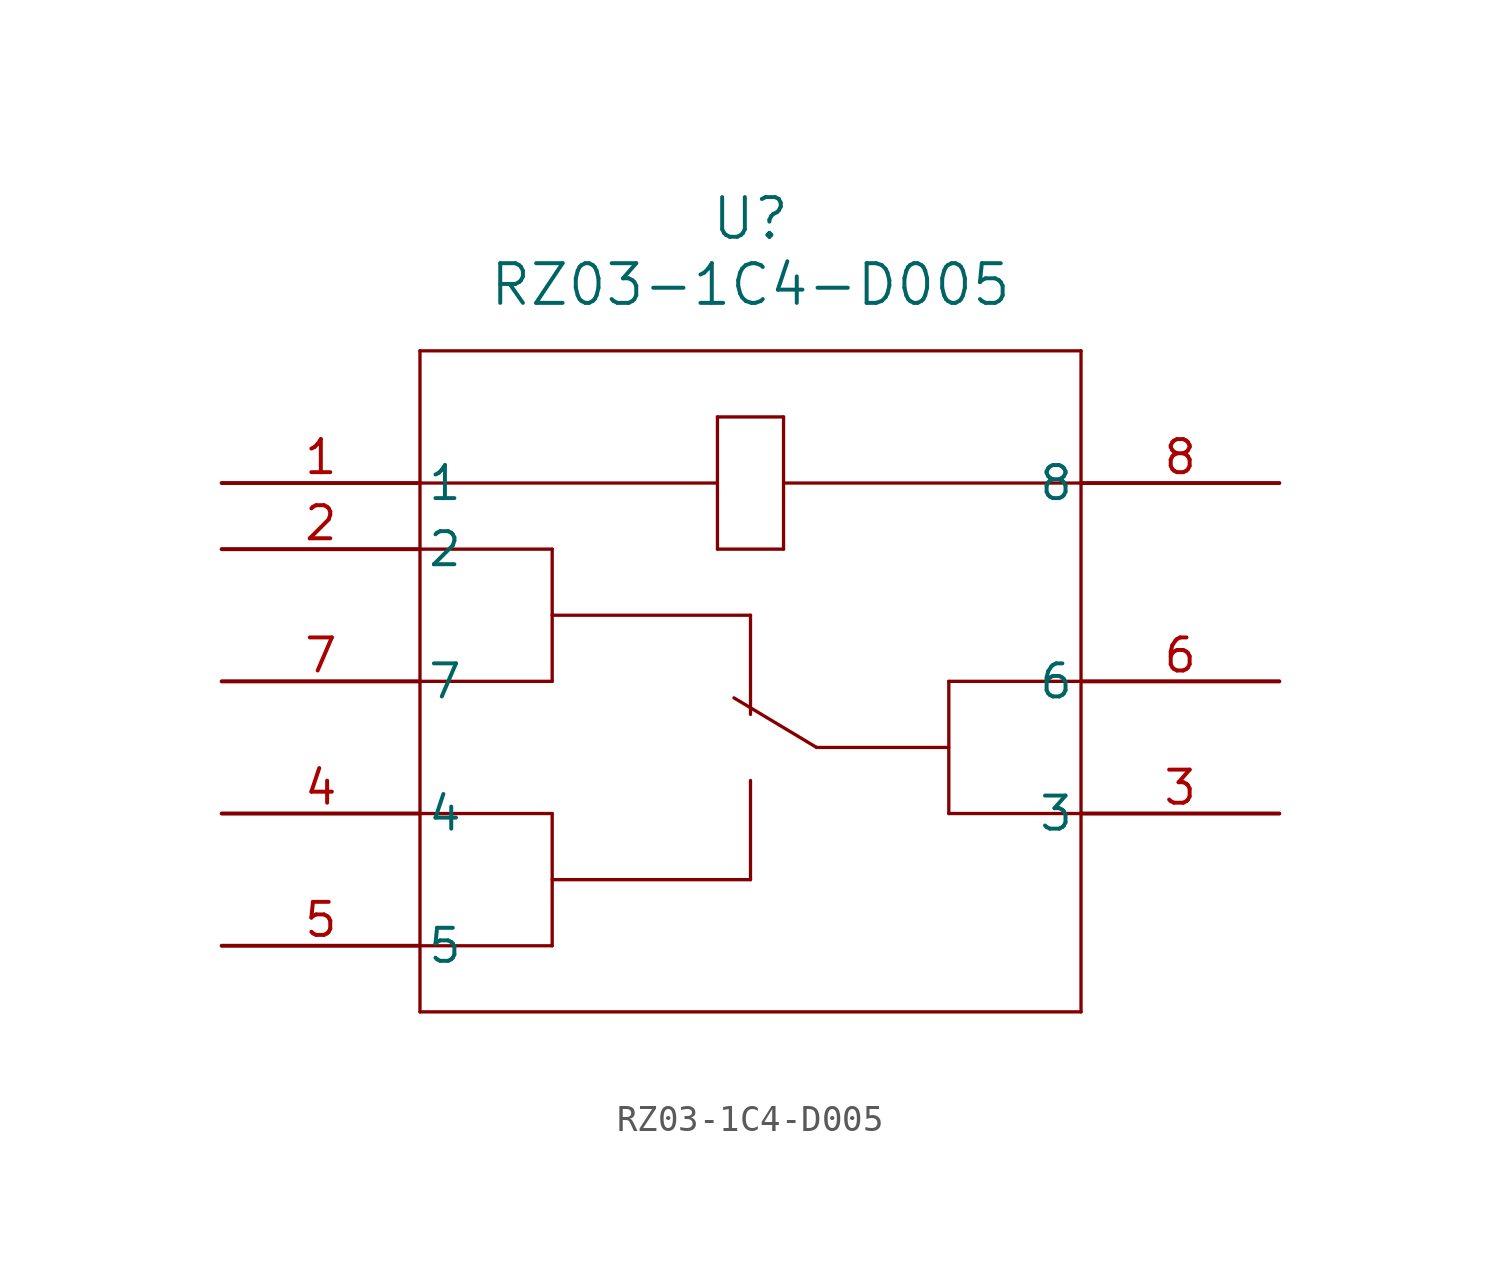
<source format=kicad_sym>
(kicad_symbol_lib
  (version 20211014)
  (generator kicad_symbol_editor)
  (symbol "RZ03-1C4-D005"
    (pin_names
      (offset 0.254))
    (property "Reference" "U"
      (at 20.32 10.16 0)
      (effects (font (size 1.524 1.524))))
    (property "Value" "RZ03-1C4-D005"
      (at 20.32 7.62 0)
      (effects (font (size 1.524 1.524))))
    (symbol "RZ03-1C4-D005_0_1"
      (polyline (pts (xy 7.62 5.08) (xy 7.62 -20.32)) (stroke (width 0.127) (type default) (color 0 0 0 0)) (fill (type none)))
      (polyline (pts (xy 7.62 -20.32) (xy 33.02 -20.32)) (stroke (width 0.127) (type default) (color 0 0 0 0)) (fill (type none)))
      (polyline (pts (xy 33.02 -20.32) (xy 33.02 5.08)) (stroke (width 0.127) (type default) (color 0 0 0 0)) (fill (type none)))
      (polyline (pts (xy 33.02 5.08) (xy 7.62 5.08)) (stroke (width 0.127) (type default) (color 0 0 0 0)) (fill (type none)))
      (polyline (pts (xy 33.02 -7.62) (xy 27.94 -7.62)) (stroke (width 0.127) (type default) (color 0 0 0 0)) (fill (type none)))
      (polyline (pts (xy 27.94 -7.62) (xy 27.94 -12.7)) (stroke (width 0.127) (type default) (color 0 0 0 0)) (fill (type none)))
      (polyline (pts (xy 27.94 -12.7) (xy 33.02 -12.7)) (stroke (width 0.127) (type default) (color 0 0 0 0)) (fill (type none)))
      (polyline (pts (xy 7.62 -12.7) (xy 12.7 -12.7)) (stroke (width 0.127) (type default) (color 0 0 0 0)) (fill (type none)))
      (polyline (pts (xy 7.62 -17.78) (xy 12.7 -17.78)) (stroke (width 0.127) (type default) (color 0 0 0 0)) (fill (type none)))
      (polyline (pts (xy 12.7 -12.7) (xy 12.7 -17.78)) (stroke (width 0.127) (type default) (color 0 0 0 0)) (fill (type none)))
      (polyline (pts (xy 7.62 -2.54) (xy 12.7 -2.54)) (stroke (width 0.127) (type default) (color 0 0 0 0)) (fill (type none)))
      (polyline (pts (xy 7.62 -7.62) (xy 12.7 -7.62)) (stroke (width 0.127) (type default) (color 0 0 0 0)) (fill (type none)))
      (polyline (pts (xy 12.7 -2.54) (xy 12.7 -7.62)) (stroke (width 0.127) (type default) (color 0 0 0 0)) (fill (type none)))
      (polyline (pts (xy 12.7 -5.08) (xy 20.32 -5.08)) (stroke (width 0.127) (type default) (color 0 0 0 0)) (fill (type none)))
      (polyline (pts (xy 12.7 -15.24) (xy 20.32 -15.24)) (stroke (width 0.127) (type default) (color 0 0 0 0)) (fill (type none)))
      (polyline (pts (xy 20.32 -8.89) (xy 20.32 -5.08)) (stroke (width 0.127) (type default) (color 0 0 0 0)) (fill (type none)))
      (polyline (pts (xy 20.32 -11.43) (xy 20.32 -15.24)) (stroke (width 0.127) (type default) (color 0 0 0 0)) (fill (type none)))
      (polyline (pts (xy 22.86 -10.16) (xy 27.94 -10.16)) (stroke (width 0.127) (type default) (color 0 0 0 0)) (fill (type none)))
      (polyline (pts (xy 22.86 -10.16) (xy 19.685 -8.255)) (stroke (width 0.127) (type default) (color 0 0 0 0)) (fill (type none)))
      (polyline (pts (xy 19.05 -2.54) (xy 21.59 -2.54)) (stroke (width 0.127) (type default) (color 0 0 0 0)) (fill (type none)))
      (polyline (pts (xy 21.59 -2.54) (xy 21.59 2.54)) (stroke (width 0.127) (type default) (color 0 0 0 0)) (fill (type none)))
      (polyline (pts (xy 19.05 2.54) (xy 19.05 -2.54)) (stroke (width 0.127) (type default) (color 0 0 0 0)) (fill (type none)))
      (polyline (pts (xy 19.05 2.54) (xy 21.59 2.54)) (stroke (width 0.127) (type default) (color 0 0 0 0)) (fill (type none)))
      (polyline (pts (xy 7.62 0) (xy 19.05 0)) (stroke (width 0.127) (type default) (color 0 0 0 0)) (fill (type none)))
      (polyline (pts (xy 21.59 0) (xy 33.02 0)) (stroke (width 0.127) (type default) (color 0 0 0 0)) (fill (type none)))
      (pin unspecified line (at 0 0 0) (length 7.62) (name "1" (effects (font (size 1.27 1.27)))) (number "1" (effects (font (size 1.27 1.27)))))
      (pin unspecified line (at 0 -2.54 0) (length 7.62) (name "2" (effects (font (size 1.27 1.27)))) (number "2" (effects (font (size 1.27 1.27)))))
      (pin unspecified line (at 40.64 -12.7 180) (length 7.62) (name "3" (effects (font (size 1.27 1.27)))) (number "3" (effects (font (size 1.27 1.27)))))
      (pin unspecified line (at 0 -12.7 0) (length 7.62) (name "4" (effects (font (size 1.27 1.27)))) (number "4" (effects (font (size 1.27 1.27)))))
      (pin unspecified line (at 0 -17.78 0) (length 7.62) (name "5" (effects (font (size 1.27 1.27)))) (number "5" (effects (font (size 1.27 1.27)))))
      (pin unspecified line (at 40.64 -7.62 180) (length 7.62) (name "6" (effects (font (size 1.27 1.27)))) (number "6" (effects (font (size 1.27 1.27)))))
      (pin unspecified line (at 0 -7.62 0) (length 7.62) (name "7" (effects (font (size 1.27 1.27)))) (number "7" (effects (font (size 1.27 1.27)))))
      (pin unspecified line (at 40.64 0 180) (length 7.62) (name "8" (effects (font (size 1.27 1.27)))) (number "8" (effects (font (size 1.27 1.27))))))))
</source>
